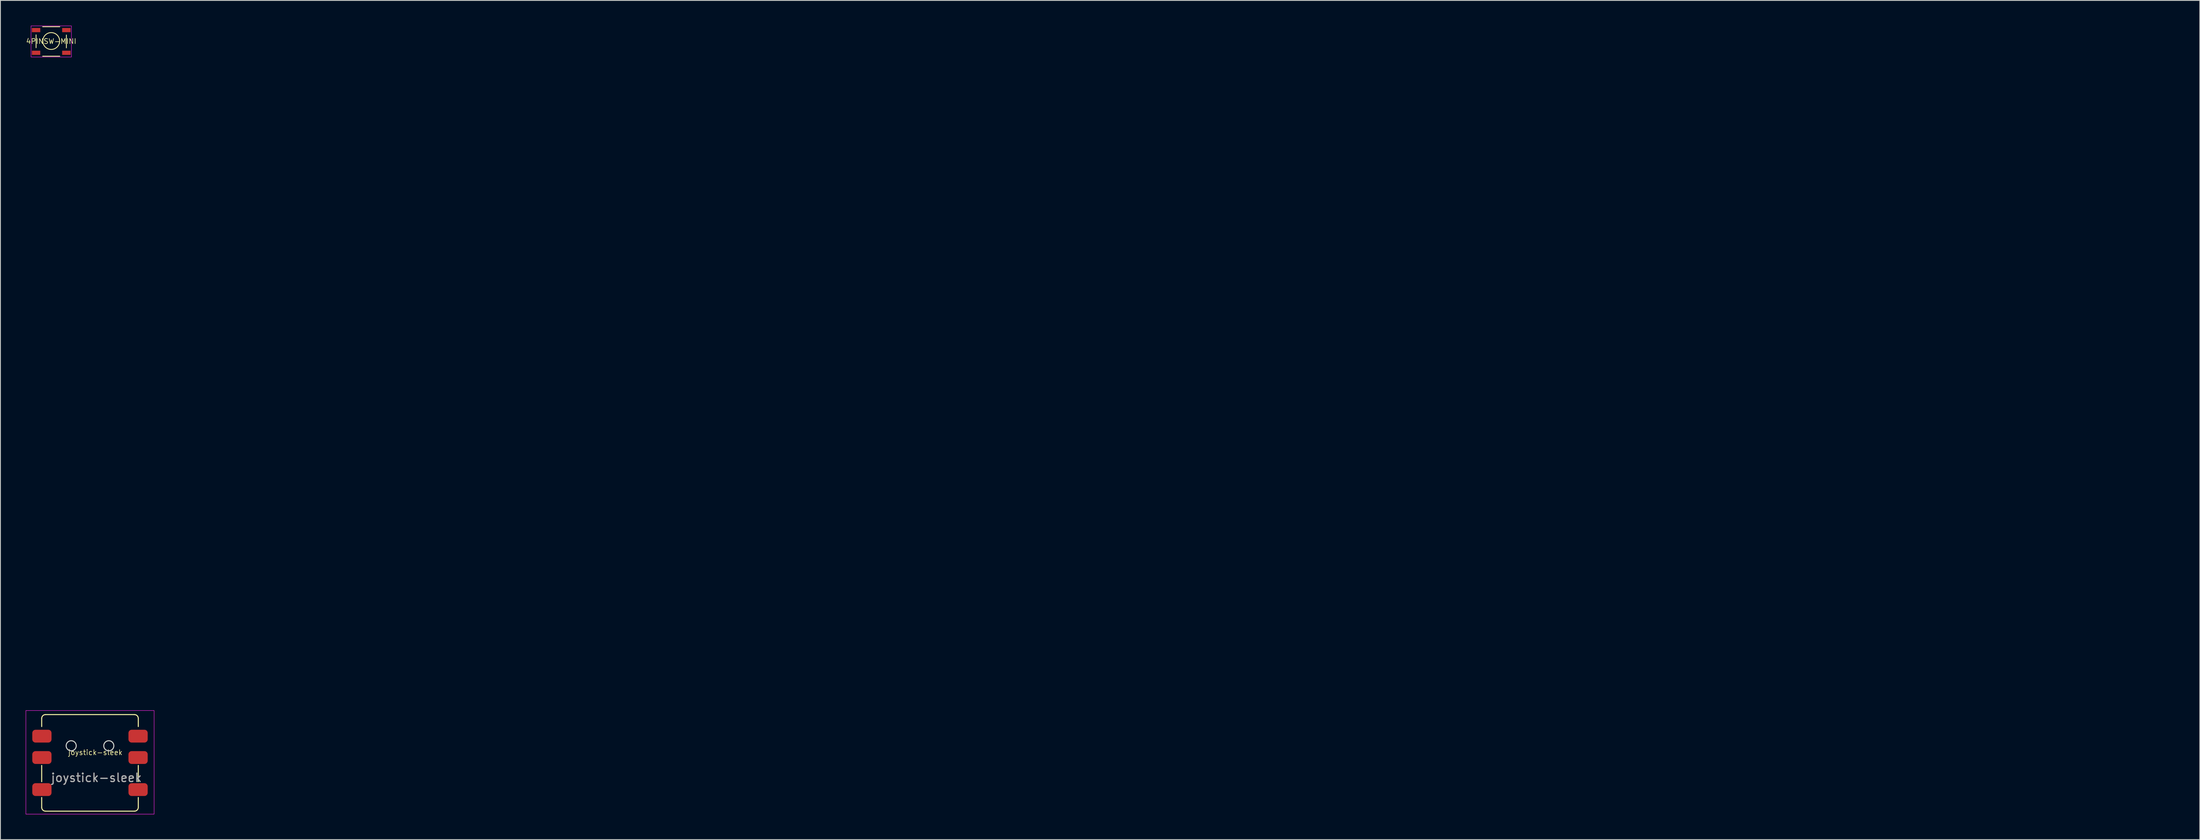
<source format=kicad_pcb>
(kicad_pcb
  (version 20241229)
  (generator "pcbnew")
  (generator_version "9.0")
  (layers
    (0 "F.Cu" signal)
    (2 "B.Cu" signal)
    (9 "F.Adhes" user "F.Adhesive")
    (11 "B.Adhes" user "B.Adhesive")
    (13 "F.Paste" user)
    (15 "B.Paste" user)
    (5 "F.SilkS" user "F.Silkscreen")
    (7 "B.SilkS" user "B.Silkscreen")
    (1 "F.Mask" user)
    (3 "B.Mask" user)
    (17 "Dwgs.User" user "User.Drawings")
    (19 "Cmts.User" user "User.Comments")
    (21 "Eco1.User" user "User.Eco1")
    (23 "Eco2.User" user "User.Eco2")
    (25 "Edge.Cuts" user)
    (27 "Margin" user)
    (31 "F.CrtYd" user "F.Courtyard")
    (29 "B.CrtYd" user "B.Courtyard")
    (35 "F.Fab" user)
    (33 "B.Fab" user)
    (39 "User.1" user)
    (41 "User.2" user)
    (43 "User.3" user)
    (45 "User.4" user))
  (footprint "4PINSW-MINI"
    (layer "F.Cu")
    (at 3.038 1.857)
    (property "Reference" "4PINSW-MINI" (at 0 0 0) (layer "F.SilkS") (effects (font (size 0.6 0.6) (thickness 0.075))))
    (attr smd)
    (fp_line (start -1.8 -0.762) (end -1.8 0.762) (stroke (width 0.1) (type default)) (layer "F.SilkS"))
    (fp_line (start -1.016 -1.732) (end 1.016 -1.732) (stroke (width 0.1) (type default)) (layer "F.SilkS"))
    (fp_line (start -1.016 1.768) (end 1.016 1.768) (stroke (width 0.1) (type default)) (layer "F.SilkS"))
    (fp_line (start 1.8 -0.744) (end 1.8 0.78) (stroke (width 0.1) (type default)) (layer "F.SilkS"))
    (fp_circle (center 0 -0.032) (end 1 -0.032) (stroke (width 0.1) (type default)) (fill no) (layer "F.SilkS"))
    (fp_rect (start -2.4 -1.832) (end 2.4 1.868) (stroke (width 0.05) (type default)) (fill no) (layer "F.CrtYd"))
    (pad "1" smd rect (at -1.8 -1.332) (size 1 0.5) (layers "F.Cu" "F.Mask" "F.Paste"))
    (pad "1" smd rect (at 1.8 -1.332) (size 1 0.5) (layers "F.Cu" "F.Mask" "F.Paste"))
    (pad "2" smd rect (at -1.8 1.368) (size 1 0.5) (layers "F.Cu" "F.Mask" "F.Paste"))
    (pad "2" smd rect (at 1.8 1.368) (size 1 0.5) (layers "F.Cu" "F.Mask" "F.Paste")))
  (footprint "joystick-sleek"
    (layer "F.Cu")
    (at 7.645 87.518)
    (property "Reference" "joystick-sleek" (at 0.635 -1.135 0) (unlocked yes) (layer "F.SilkS") (effects (font (size 0.6 0.6) (thickness 0.075))))
    (attr smd)
    (fp_line (start -5.74 -5.182) (end -5.74 -4.216) (stroke (width 0.12) (type solid)) (layer "F.SilkS"))
    (fp_line (start -5.74 0.406) (end -5.74 2.337) (stroke (width 0.12) (type solid)) (layer "F.SilkS"))
    (fp_line (start -5.74 5.385) (end -5.74 4.216) (stroke (width 0.12) (type solid)) (layer "F.SilkS"))
    (fp_line (start -5.283 -5.639) (end 5.283 -5.639) (stroke (width 0.12) (type solid)) (layer "F.SilkS"))
    (fp_line (start 5.283 5.842) (end -5.283 5.842) (stroke (width 0.12) (type solid)) (layer "F.SilkS"))
    (fp_line (start 5.74 -5.182) (end 5.74 -4.216) (stroke (width 0.12) (type solid)) (layer "F.SilkS"))
    (fp_line (start 5.74 0.406) (end 5.74 2.337) (stroke (width 0.12) (type solid)) (layer "F.SilkS"))
    (fp_line (start 5.74 5.385) (end 5.74 4.216) (stroke (width 0.12) (type solid)) (layer "F.SilkS"))
    (fp_arc (start -5.7404 -5.1816) (mid -5.606489 -5.504889) (end -5.2832 -5.6388) (stroke (width 0.12) (type solid)) (layer "F.SilkS"))
    (fp_arc (start -5.2832 5.842) (mid -5.606489 5.708089) (end -5.7404 5.3848) (stroke (width 0.12) (type solid)) (layer "F.SilkS"))
    (fp_arc (start 5.2832 -5.6388) (mid 5.606489 -5.504889) (end 5.7404 -5.1816) (stroke (width 0.12) (type solid)) (layer "F.SilkS"))
    (fp_arc (start 5.7404 5.3848) (mid 5.606489 5.708089) (end 5.2832 5.842) (stroke (width 0.12) (type solid)) (layer "F.SilkS"))
    (fp_circle (center -2.235 -1.93) (end -2.835 -1.93) (stroke (width 0.12) (type solid)) (fill no) (layer "Edge.Cuts"))
    (fp_circle (center 2.235 -1.93) (end 1.635 -1.93) (stroke (width 0.12) (type solid)) (fill no) (layer "Edge.Cuts"))
    (fp_rect (start 7.62 6.198) (end -7.62 -6.121) (stroke (width 0.05) (type solid)) (fill no) (layer "F.CrtYd"))
    (fp_text user "${REFERENCE}" (at 0.762 1.865 0) (unlocked yes) (layer "F.Fab") (effects (font (size 1 1) (thickness 0.15))))
    (pad "COM" smd roundrect (at -5.715 -3.073 180) (size 2.286 1.524) (layers "F.Cu" "F.Mask" "F.Paste") (roundrect_rratio 0.25))
    (pad "D" smd roundrect (at 5.715 3.277 180) (size 2.286 1.524) (layers "F.Cu" "F.Mask" "F.Paste") (roundrect_rratio 0.25))
    (pad "L" smd roundrect (at -5.715 -0.533 180) (size 2.286 1.524) (layers "F.Cu" "F.Mask" "F.Paste") (roundrect_rratio 0.25))
    (pad "M" smd roundrect (at -5.715 3.277 180) (size 2.286 1.524) (layers "F.Cu" "F.Mask" "F.Paste") (roundrect_rratio 0.25))
    (pad "R" smd roundrect (at 5.715 -0.533 180) (size 2.286 1.524) (layers "F.Cu" "F.Mask" "F.Paste") (roundrect_rratio 0.25))
    (pad "U" smd roundrect (at 5.715 -3.073 180) (size 2.286 1.524) (layers "F.Cu" "F.Mask" "F.Paste") (roundrect_rratio 0.25))
    (zone (net_name "") (layer "F.Cu") (hatch edge 0.508) (connect_pads) (min_thickness 0.254) (filled_areas_thickness no) (keepout (tracks not_allowed) (vias not_allowed) (pads not_allowed) (copperpour not_allowed) (footprints allowed)) (placement (enabled no)) (fill) (polygon (pts (xy 249.711 7.355) (xy 249.732 7.512) (xy 249.793 7.658) (xy 249.889 7.783) (xy 250.014 7.879) (xy 250.16 7.94) (xy 250.317 7.96) (xy 250.473 7.94) (xy 250.619 7.879) (xy 250.745 7.783) (xy 250.841 7.658) (xy 250.901 7.512) (xy 250.922 7.355) (xy 250.901 7.199) (xy 250.841 7.053) (xy 250.745 6.927) (xy 250.619 6.831) (xy 250.473 6.771) (xy 250.317 6.75) (xy 250.16 6.771) (xy 250.014 6.831) (xy 249.889 6.927) (xy 249.793 7.053) (xy 249.732 7.199))))
    (zone (net_name "") (layer "F.Cu") (hatch edge 0.508) (connect_pads) (min_thickness 0.254) (filled_areas_thickness no) (keepout (tracks not_allowed) (vias not_allowed) (pads not_allowed) (copperpour not_allowed) (footprints allowed)) (placement (enabled no)) (fill) (polygon (pts (xy 254.182 7.355) (xy 254.202 7.512) (xy 254.263 7.658) (xy 254.359 7.783) (xy 254.484 7.879) (xy 254.63 7.94) (xy 254.787 7.96) (xy 254.944 7.94) (xy 255.09 7.879) (xy 255.215 7.783) (xy 255.311 7.658) (xy 255.372 7.512) (xy 255.392 7.355) (xy 255.372 7.199) (xy 255.311 7.053) (xy 255.215 6.927) (xy 255.09 6.831) (xy 254.944 6.771) (xy 254.787 6.75) (xy 254.63 6.771) (xy 254.484 6.831) (xy 254.359 6.927) (xy 254.263 7.053) (xy 254.202 7.199)))))
  (gr_rect
    (start -3 -3)
    (end 258.392 96.74)
    (stroke (width 0.1) (type default))
    (fill no)
    (layer "Edge.Cuts")))
</source>
